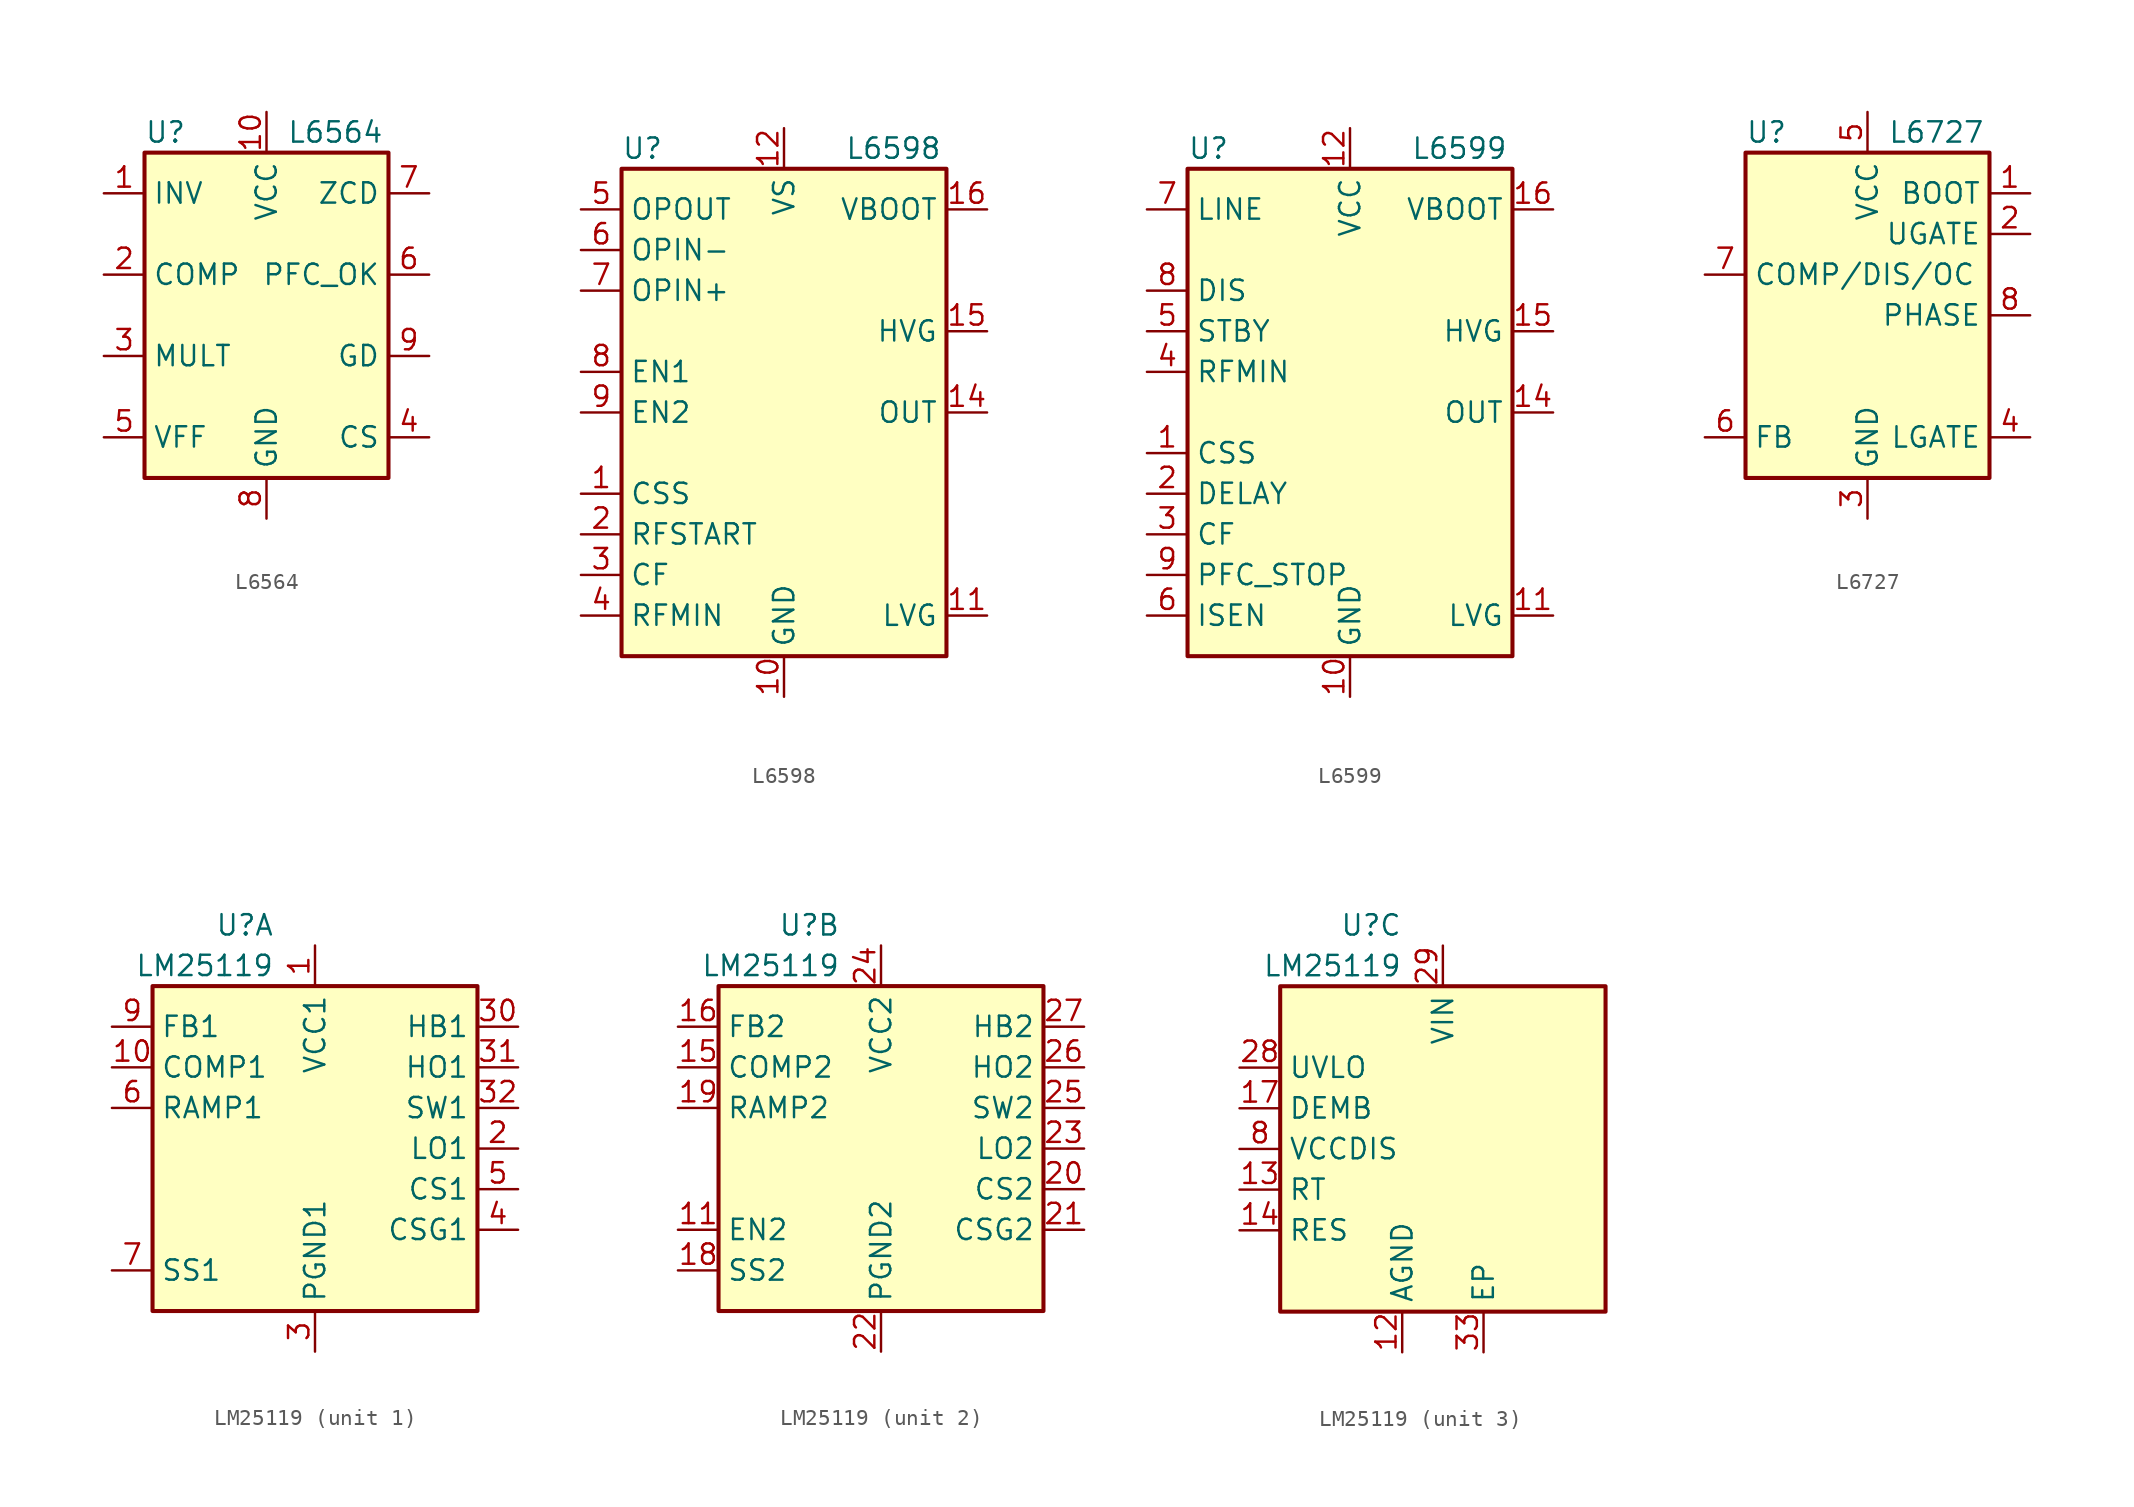
<source format=kicad_sym>
(kicad_symbol_lib
  (version 20241209)
  (generator "kicad_symbol_editor")
  (generator_version "9.0")
  (symbol "L6564"
    (property "Reference" "U"
      (at -7.62 11.43 0)
      (effects (font (size 1.27 1.27)) (justify left)))
    (property "Value" "L6564"
      (at 1.27 11.43 0)
      (effects (font (size 1.27 1.27)) (justify left)))
    (symbol "L6564_0_0"
      (rectangle (start -7.62 10.16) (end 7.62 -10.16) (stroke (width 0.254) (type default)) (fill (type background))))
    (symbol "L6564_1_1"
      (pin input line (at -10.16 7.62 0) (length 2.54) (name "INV" (effects (font (size 1.27 1.27)))) (number "1" (effects (font (size 1.27 1.27)))))
      (pin output line (at -10.16 2.54 0) (length 2.54) (name "COMP" (effects (font (size 1.27 1.27)))) (number "2" (effects (font (size 1.27 1.27)))))
      (pin input line (at -10.16 -2.54 0) (length 2.54) (name "MULT" (effects (font (size 1.27 1.27)))) (number "3" (effects (font (size 1.27 1.27)))))
      (pin passive line (at -10.16 -7.62 0) (length 2.54) (name "VFF" (effects (font (size 1.27 1.27)))) (number "5" (effects (font (size 1.27 1.27)))))
      (pin power_in line (at 0 12.7 270) (length 2.54) (name "VCC" (effects (font (size 1.27 1.27)))) (number "10" (effects (font (size 1.27 1.27)))))
      (pin power_in line (at 0 -12.7 90) (length 2.54) (name "GND" (effects (font (size 1.27 1.27)))) (number "8" (effects (font (size 1.27 1.27)))))
      (pin input line (at 10.16 7.62 180) (length 2.54) (name "ZCD" (effects (font (size 1.27 1.27)))) (number "7" (effects (font (size 1.27 1.27)))))
      (pin input line (at 10.16 2.54 180) (length 2.54) (name "PFC_OK" (effects (font (size 1.27 1.27)))) (number "6" (effects (font (size 1.27 1.27)))))
      (pin output line (at 10.16 -2.54 180) (length 2.54) (name "GD" (effects (font (size 1.27 1.27)))) (number "9" (effects (font (size 1.27 1.27)))))
      (pin input line (at 10.16 -7.62 180) (length 2.54) (name "CS" (effects (font (size 1.27 1.27)))) (number "4" (effects (font (size 1.27 1.27)))))))
  (symbol "L6598"
    (property "Reference" "U"
      (at -10.16 16.51 0)
      (effects (font (size 1.27 1.27)) (justify left)))
    (property "Value" "L6598"
      (at 3.81 16.51 0)
      (effects (font (size 1.27 1.27)) (justify left)))
    (symbol "L6598_0_0"
      (rectangle (start -10.16 15.24) (end 10.16 -15.24) (stroke (width 0.254) (type default)) (fill (type background))))
    (symbol "L6598_1_1"
      (pin output line (at -12.7 12.7 0) (length 2.54) (name "OPOUT" (effects (font (size 1.27 1.27)))) (number "5" (effects (font (size 1.27 1.27)))))
      (pin input line (at -12.7 10.16 0) (length 2.54) (name "OPIN-" (effects (font (size 1.27 1.27)))) (number "6" (effects (font (size 1.27 1.27)))))
      (pin input line (at -12.7 7.62 0) (length 2.54) (name "OPIN+" (effects (font (size 1.27 1.27)))) (number "7" (effects (font (size 1.27 1.27)))))
      (pin input line (at -12.7 2.54 0) (length 2.54) (name "EN1" (effects (font (size 1.27 1.27)))) (number "8" (effects (font (size 1.27 1.27)))))
      (pin input line (at -12.7 0 0) (length 2.54) (name "EN2" (effects (font (size 1.27 1.27)))) (number "9" (effects (font (size 1.27 1.27)))))
      (pin passive line (at -12.7 -5.08 0) (length 2.54) (name "CSS" (effects (font (size 1.27 1.27)))) (number "1" (effects (font (size 1.27 1.27)))))
      (pin passive line (at -12.7 -7.62 0) (length 2.54) (name "RFSTART" (effects (font (size 1.27 1.27)))) (number "2" (effects (font (size 1.27 1.27)))))
      (pin passive line (at -12.7 -10.16 0) (length 2.54) (name "CF" (effects (font (size 1.27 1.27)))) (number "3" (effects (font (size 1.27 1.27)))))
      (pin passive line (at -12.7 -12.7 0) (length 2.54) (name "RFMIN" (effects (font (size 1.27 1.27)))) (number "4" (effects (font (size 1.27 1.27)))))
      (pin power_in line (at 0 17.78 270) (length 2.54) (name "VS" (effects (font (size 1.27 1.27)))) (number "12" (effects (font (size 1.27 1.27)))))
      (pin power_in line (at 0 -17.78 90) (length 2.54) (name "GND" (effects (font (size 1.27 1.27)))) (number "10" (effects (font (size 1.27 1.27)))))
      (pin no_connect line (at 10.16 10.16 180) (length 2.54) (hide yes) (name "NC" (effects (font (size 1.27 1.27)))) (number "13" (effects (font (size 1.27 1.27)))))
      (pin input line (at 12.7 12.7 180) (length 2.54) (name "VBOOT" (effects (font (size 1.27 1.27)))) (number "16" (effects (font (size 1.27 1.27)))))
      (pin output line (at 12.7 5.08 180) (length 2.54) (name "HVG" (effects (font (size 1.27 1.27)))) (number "15" (effects (font (size 1.27 1.27)))))
      (pin input line (at 12.7 0 180) (length 2.54) (name "OUT" (effects (font (size 1.27 1.27)))) (number "14" (effects (font (size 1.27 1.27)))))
      (pin output line (at 12.7 -12.7 180) (length 2.54) (name "LVG" (effects (font (size 1.27 1.27)))) (number "11" (effects (font (size 1.27 1.27)))))))
  (symbol "L6599"
    (property "Reference" "U"
      (at -10.16 16.51 0)
      (effects (font (size 1.27 1.27)) (justify left)))
    (property "Value" "L6599"
      (at 3.81 16.51 0)
      (effects (font (size 1.27 1.27)) (justify left)))
    (symbol "L6599_0_0"
      (rectangle (start -10.16 15.24) (end 10.16 -15.24) (stroke (width 0.254) (type default)) (fill (type background))))
    (symbol "L6599_1_1"
      (pin input line (at -12.7 12.7 0) (length 2.54) (name "LINE" (effects (font (size 1.27 1.27)))) (number "7" (effects (font (size 1.27 1.27)))))
      (pin input line (at -12.7 7.62 0) (length 2.54) (name "DIS" (effects (font (size 1.27 1.27)))) (number "8" (effects (font (size 1.27 1.27)))))
      (pin input line (at -12.7 5.08 0) (length 2.54) (name "STBY" (effects (font (size 1.27 1.27)))) (number "5" (effects (font (size 1.27 1.27)))))
      (pin passive line (at -12.7 2.54 0) (length 2.54) (name "RFMIN" (effects (font (size 1.27 1.27)))) (number "4" (effects (font (size 1.27 1.27)))))
      (pin passive line (at -12.7 -2.54 0) (length 2.54) (name "CSS" (effects (font (size 1.27 1.27)))) (number "1" (effects (font (size 1.27 1.27)))))
      (pin passive line (at -12.7 -5.08 0) (length 2.54) (name "DELAY" (effects (font (size 1.27 1.27)))) (number "2" (effects (font (size 1.27 1.27)))))
      (pin passive line (at -12.7 -7.62 0) (length 2.54) (name "CF" (effects (font (size 1.27 1.27)))) (number "3" (effects (font (size 1.27 1.27)))))
      (pin open_collector line (at -12.7 -10.16 0) (length 2.54) (name "PFC_STOP" (effects (font (size 1.27 1.27)))) (number "9" (effects (font (size 1.27 1.27)))))
      (pin input line (at -12.7 -12.7 0) (length 2.54) (name "ISEN" (effects (font (size 1.27 1.27)))) (number "6" (effects (font (size 1.27 1.27)))))
      (pin power_in line (at 0 17.78 270) (length 2.54) (name "VCC" (effects (font (size 1.27 1.27)))) (number "12" (effects (font (size 1.27 1.27)))))
      (pin power_in line (at 0 -17.78 90) (length 2.54) (name "GND" (effects (font (size 1.27 1.27)))) (number "10" (effects (font (size 1.27 1.27)))))
      (pin no_connect line (at 10.16 10.16 180) (length 2.54) (hide yes) (name "NC" (effects (font (size 1.27 1.27)))) (number "13" (effects (font (size 1.27 1.27)))))
      (pin input line (at 12.7 12.7 180) (length 2.54) (name "VBOOT" (effects (font (size 1.27 1.27)))) (number "16" (effects (font (size 1.27 1.27)))))
      (pin output line (at 12.7 5.08 180) (length 2.54) (name "HVG" (effects (font (size 1.27 1.27)))) (number "15" (effects (font (size 1.27 1.27)))))
      (pin input line (at 12.7 0 180) (length 2.54) (name "OUT" (effects (font (size 1.27 1.27)))) (number "14" (effects (font (size 1.27 1.27)))))
      (pin output line (at 12.7 -12.7 180) (length 2.54) (name "LVG" (effects (font (size 1.27 1.27)))) (number "11" (effects (font (size 1.27 1.27)))))))
  (symbol "L6727"
    (property "Reference" "U"
      (at -7.62 11.43 0)
      (effects (font (size 1.27 1.27)) (justify left)))
    (property "Value" "L6727"
      (at 1.27 11.43 0)
      (effects (font (size 1.27 1.27)) (justify left)))
    (symbol "L6727_0_0"
      (rectangle (start -7.62 10.16) (end 7.62 -10.16) (stroke (width 0.254) (type default)) (fill (type background))))
    (symbol "L6727_1_1"
      (pin input line (at -10.16 2.54 0) (length 2.54) (name "COMP/DIS/OC" (effects (font (size 1.27 1.27)))) (number "7" (effects (font (size 1.27 1.27)))))
      (pin input line (at -10.16 -7.62 0) (length 2.54) (name "FB" (effects (font (size 1.27 1.27)))) (number "6" (effects (font (size 1.27 1.27)))))
      (pin power_in line (at 0 12.7 270) (length 2.54) (name "VCC" (effects (font (size 1.27 1.27)))) (number "5" (effects (font (size 1.27 1.27)))))
      (pin power_in line (at 0 -12.7 90) (length 2.54) (name "GND" (effects (font (size 1.27 1.27)))) (number "3" (effects (font (size 1.27 1.27)))))
      (pin input line (at 10.16 7.62 180) (length 2.54) (name "BOOT" (effects (font (size 1.27 1.27)))) (number "1" (effects (font (size 1.27 1.27)))))
      (pin output line (at 10.16 5.08 180) (length 2.54) (name "UGATE" (effects (font (size 1.27 1.27)))) (number "2" (effects (font (size 1.27 1.27)))))
      (pin passive line (at 10.16 0 180) (length 2.54) (name "PHASE" (effects (font (size 1.27 1.27)))) (number "8" (effects (font (size 1.27 1.27)))))
      (pin output line (at 10.16 -7.62 180) (length 2.54) (name "LGATE" (effects (font (size 1.27 1.27)))) (number "4" (effects (font (size 1.27 1.27)))))))
  (symbol "LM25119"
    (property "Reference" "U"
      (at -2.54 13.97 0)
      (effects (font (size 1.27 1.27)) (justify right)))
    (property "Value" "LM25119"
      (at -2.54 11.43 0)
      (effects (font (size 1.27 1.27)) (justify right)))
    (property "ki_locked" ""
      (at 0 0 0)
      (effects (font (size 1.27 1.27))))
    (symbol "LM25119_0_1"
      (rectangle (start -10.16 10.16) (end 10.16 -10.16) (stroke (width 0.254) (type default)) (fill (type background))))
    (symbol "LM25119_1_1"
      (pin input line (at -12.7 7.62 0) (length 2.54) (name "FB1" (effects (font (size 1.27 1.27)))) (number "9" (effects (font (size 1.27 1.27)))))
      (pin output line (at -12.7 5.08 0) (length 2.54) (name "COMP1" (effects (font (size 1.27 1.27)))) (number "10" (effects (font (size 1.27 1.27)))))
      (pin input line (at -12.7 2.54 0) (length 2.54) (name "RAMP1" (effects (font (size 1.27 1.27)))) (number "6" (effects (font (size 1.27 1.27)))))
      (pin input line (at -12.7 -7.62 0) (length 2.54) (name "SS1" (effects (font (size 1.27 1.27)))) (number "7" (effects (font (size 1.27 1.27)))))
      (pin power_in line (at 0 12.7 270) (length 2.54) (name "VCC1" (effects (font (size 1.27 1.27)))) (number "1" (effects (font (size 1.27 1.27)))))
      (pin power_in line (at 0 -12.7 90) (length 2.54) (name "PGND1" (effects (font (size 1.27 1.27)))) (number "3" (effects (font (size 1.27 1.27)))))
      (pin power_in line (at 12.7 7.62 180) (length 2.54) (name "HB1" (effects (font (size 1.27 1.27)))) (number "30" (effects (font (size 1.27 1.27)))))
      (pin output line (at 12.7 5.08 180) (length 2.54) (name "HO1" (effects (font (size 1.27 1.27)))) (number "31" (effects (font (size 1.27 1.27)))))
      (pin bidirectional line (at 12.7 2.54 180) (length 2.54) (name "SW1" (effects (font (size 1.27 1.27)))) (number "32" (effects (font (size 1.27 1.27)))))
      (pin output line (at 12.7 0 180) (length 2.54) (name "LO1" (effects (font (size 1.27 1.27)))) (number "2" (effects (font (size 1.27 1.27)))))
      (pin input line (at 12.7 -2.54 180) (length 2.54) (name "CS1" (effects (font (size 1.27 1.27)))) (number "5" (effects (font (size 1.27 1.27)))))
      (pin input line (at 12.7 -5.08 180) (length 2.54) (name "CSG1" (effects (font (size 1.27 1.27)))) (number "4" (effects (font (size 1.27 1.27))))))
    (symbol "LM25119_2_1"
      (pin input line (at -12.7 7.62 0) (length 2.54) (name "FB2" (effects (font (size 1.27 1.27)))) (number "16" (effects (font (size 1.27 1.27)))))
      (pin output line (at -12.7 5.08 0) (length 2.54) (name "COMP2" (effects (font (size 1.27 1.27)))) (number "15" (effects (font (size 1.27 1.27)))))
      (pin input line (at -12.7 2.54 0) (length 2.54) (name "RAMP2" (effects (font (size 1.27 1.27)))) (number "19" (effects (font (size 1.27 1.27)))))
      (pin input line (at -12.7 -5.08 0) (length 2.54) (name "EN2" (effects (font (size 1.27 1.27)))) (number "11" (effects (font (size 1.27 1.27)))))
      (pin input line (at -12.7 -7.62 0) (length 2.54) (name "SS2" (effects (font (size 1.27 1.27)))) (number "18" (effects (font (size 1.27 1.27)))))
      (pin power_in line (at 0 12.7 270) (length 2.54) (name "VCC2" (effects (font (size 1.27 1.27)))) (number "24" (effects (font (size 1.27 1.27)))))
      (pin power_in line (at 0 -12.7 90) (length 2.54) (name "PGND2" (effects (font (size 1.27 1.27)))) (number "22" (effects (font (size 1.27 1.27)))))
      (pin power_in line (at 12.7 7.62 180) (length 2.54) (name "HB2" (effects (font (size 1.27 1.27)))) (number "27" (effects (font (size 1.27 1.27)))))
      (pin output line (at 12.7 5.08 180) (length 2.54) (name "HO2" (effects (font (size 1.27 1.27)))) (number "26" (effects (font (size 1.27 1.27)))))
      (pin bidirectional line (at 12.7 2.54 180) (length 2.54) (name "SW2" (effects (font (size 1.27 1.27)))) (number "25" (effects (font (size 1.27 1.27)))))
      (pin output line (at 12.7 0 180) (length 2.54) (name "LO2" (effects (font (size 1.27 1.27)))) (number "23" (effects (font (size 1.27 1.27)))))
      (pin input line (at 12.7 -2.54 180) (length 2.54) (name "CS2" (effects (font (size 1.27 1.27)))) (number "20" (effects (font (size 1.27 1.27)))))
      (pin input line (at 12.7 -5.08 180) (length 2.54) (name "CSG2" (effects (font (size 1.27 1.27)))) (number "21" (effects (font (size 1.27 1.27))))))
    (symbol "LM25119_3_1"
      (pin input line (at -12.7 5.08 0) (length 2.54) (name "UVLO" (effects (font (size 1.27 1.27)))) (number "28" (effects (font (size 1.27 1.27)))))
      (pin input line (at -12.7 2.54 0) (length 2.54) (name "DEMB" (effects (font (size 1.27 1.27)))) (number "17" (effects (font (size 1.27 1.27)))))
      (pin input line (at -12.7 0 0) (length 2.54) (name "VCCDIS" (effects (font (size 1.27 1.27)))) (number "8" (effects (font (size 1.27 1.27)))))
      (pin input line (at -12.7 -2.54 0) (length 2.54) (name "RT" (effects (font (size 1.27 1.27)))) (number "13" (effects (font (size 1.27 1.27)))))
      (pin output line (at -12.7 -5.08 0) (length 2.54) (name "RES" (effects (font (size 1.27 1.27)))) (number "14" (effects (font (size 1.27 1.27)))))
      (pin power_in line (at -2.54 -12.7 90) (length 2.54) (name "AGND" (effects (font (size 1.27 1.27)))) (number "12" (effects (font (size 1.27 1.27)))))
      (pin power_in line (at 0 12.7 270) (length 2.54) (name "VIN" (effects (font (size 1.27 1.27)))) (number "29" (effects (font (size 1.27 1.27)))))
      (pin unspecified line (at 2.54 -12.7 90) (length 2.54) (name "EP" (effects (font (size 1.27 1.27)))) (number "33" (effects (font (size 1.27 1.27))))))))
</source>
